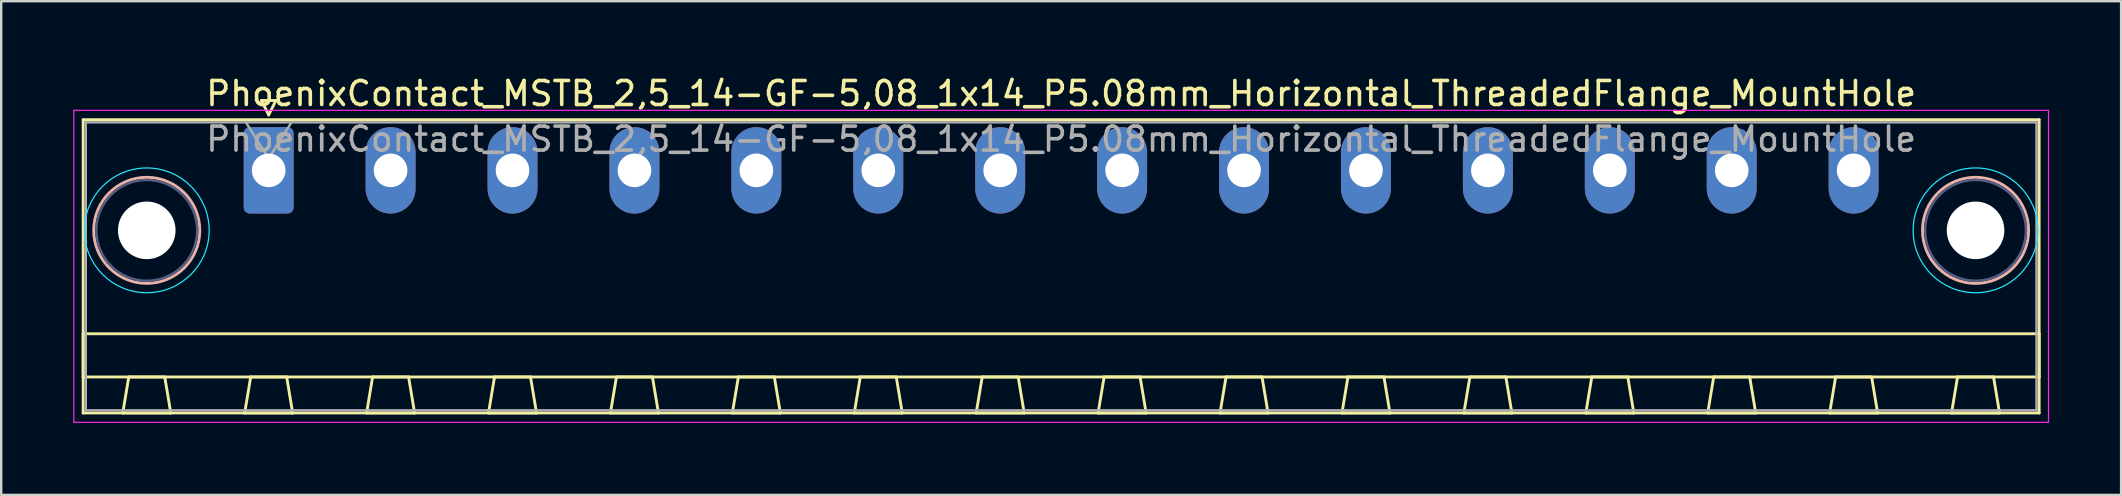
<source format=kicad_pcb>
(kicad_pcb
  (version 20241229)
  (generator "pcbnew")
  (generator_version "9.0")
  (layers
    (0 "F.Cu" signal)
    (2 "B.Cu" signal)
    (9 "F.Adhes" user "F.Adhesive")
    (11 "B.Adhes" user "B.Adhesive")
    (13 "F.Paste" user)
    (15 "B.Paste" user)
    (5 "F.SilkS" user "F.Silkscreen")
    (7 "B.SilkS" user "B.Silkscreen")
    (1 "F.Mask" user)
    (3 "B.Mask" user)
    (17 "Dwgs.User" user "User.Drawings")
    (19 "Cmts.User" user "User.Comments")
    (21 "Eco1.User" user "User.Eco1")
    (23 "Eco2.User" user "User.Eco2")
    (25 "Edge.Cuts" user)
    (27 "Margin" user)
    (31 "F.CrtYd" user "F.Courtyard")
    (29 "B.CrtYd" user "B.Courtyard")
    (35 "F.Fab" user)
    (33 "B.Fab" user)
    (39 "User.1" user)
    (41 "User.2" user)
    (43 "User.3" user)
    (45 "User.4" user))
  (footprint "PhoenixContact_MSTB_2,5_14-GF-5,08_1x14_P5.08mm_Horizontal_ThreadedFlange_MountHole"
    (layer "F.Cu")
    (at 8.145 4.048)
    (property "Reference" "PhoenixContact_MSTB_2,5_14-GF-5,08_1x14_P5.08mm_Horizontal_ThreadedFlange_MountHole" (at 33.02 -3.2 0) (layer "F.SilkS") (effects (font (size 1 1) (thickness 0.15))))
    (attr through_hole)
    (fp_line (start -7.73 -2.11) (end -7.73 10.11) (stroke (width 0.12) (type solid)) (layer "F.SilkS"))
    (fp_line (start -7.73 6.81) (end 73.77 6.81) (stroke (width 0.12) (type solid)) (layer "F.SilkS"))
    (fp_line (start -7.73 8.61) (end -7.73 6.81) (stroke (width 0.12) (type solid)) (layer "F.SilkS"))
    (fp_line (start -7.73 10.11) (end 73.77 10.11) (stroke (width 0.12) (type solid)) (layer "F.SilkS"))
    (fp_line (start -6.08 10.11) (end -4.08 10.11) (stroke (width 0.12) (type solid)) (layer "F.SilkS"))
    (fp_line (start -5.83 8.61) (end -6.08 10.11) (stroke (width 0.12) (type solid)) (layer "F.SilkS"))
    (fp_line (start -4.33 8.61) (end -5.83 8.61) (stroke (width 0.12) (type solid)) (layer "F.SilkS"))
    (fp_line (start -4.08 10.11) (end -4.33 8.61) (stroke (width 0.12) (type solid)) (layer "F.SilkS"))
    (fp_line (start -1 10.11) (end 1 10.11) (stroke (width 0.12) (type solid)) (layer "F.SilkS"))
    (fp_line (start -0.75 8.61) (end -1 10.11) (stroke (width 0.12) (type solid)) (layer "F.SilkS"))
    (fp_line (start -0.3 -2.91) (end 0.3 -2.91) (stroke (width 0.12) (type solid)) (layer "F.SilkS"))
    (fp_line (start 0 -2.31) (end -0.3 -2.91) (stroke (width 0.12) (type solid)) (layer "F.SilkS"))
    (fp_line (start 0.3 -2.91) (end 0 -2.31) (stroke (width 0.12) (type solid)) (layer "F.SilkS"))
    (fp_line (start 0.75 8.61) (end -0.75 8.61) (stroke (width 0.12) (type solid)) (layer "F.SilkS"))
    (fp_line (start 1 10.11) (end 0.75 8.61) (stroke (width 0.12) (type solid)) (layer "F.SilkS"))
    (fp_line (start 4.08 10.11) (end 6.08 10.11) (stroke (width 0.12) (type solid)) (layer "F.SilkS"))
    (fp_line (start 4.33 8.61) (end 4.08 10.11) (stroke (width 0.12) (type solid)) (layer "F.SilkS"))
    (fp_line (start 5.83 8.61) (end 4.33 8.61) (stroke (width 0.12) (type solid)) (layer "F.SilkS"))
    (fp_line (start 6.08 10.11) (end 5.83 8.61) (stroke (width 0.12) (type solid)) (layer "F.SilkS"))
    (fp_line (start 9.16 10.11) (end 11.16 10.11) (stroke (width 0.12) (type solid)) (layer "F.SilkS"))
    (fp_line (start 9.41 8.61) (end 9.16 10.11) (stroke (width 0.12) (type solid)) (layer "F.SilkS"))
    (fp_line (start 10.91 8.61) (end 9.41 8.61) (stroke (width 0.12) (type solid)) (layer "F.SilkS"))
    (fp_line (start 11.16 10.11) (end 10.91 8.61) (stroke (width 0.12) (type solid)) (layer "F.SilkS"))
    (fp_line (start 14.24 10.11) (end 16.24 10.11) (stroke (width 0.12) (type solid)) (layer "F.SilkS"))
    (fp_line (start 14.49 8.61) (end 14.24 10.11) (stroke (width 0.12) (type solid)) (layer "F.SilkS"))
    (fp_line (start 15.99 8.61) (end 14.49 8.61) (stroke (width 0.12) (type solid)) (layer "F.SilkS"))
    (fp_line (start 16.24 10.11) (end 15.99 8.61) (stroke (width 0.12) (type solid)) (layer "F.SilkS"))
    (fp_line (start 19.32 10.11) (end 21.32 10.11) (stroke (width 0.12) (type solid)) (layer "F.SilkS"))
    (fp_line (start 19.57 8.61) (end 19.32 10.11) (stroke (width 0.12) (type solid)) (layer "F.SilkS"))
    (fp_line (start 21.07 8.61) (end 19.57 8.61) (stroke (width 0.12) (type solid)) (layer "F.SilkS"))
    (fp_line (start 21.32 10.11) (end 21.07 8.61) (stroke (width 0.12) (type solid)) (layer "F.SilkS"))
    (fp_line (start 24.4 10.11) (end 26.4 10.11) (stroke (width 0.12) (type solid)) (layer "F.SilkS"))
    (fp_line (start 24.65 8.61) (end 24.4 10.11) (stroke (width 0.12) (type solid)) (layer "F.SilkS"))
    (fp_line (start 26.15 8.61) (end 24.65 8.61) (stroke (width 0.12) (type solid)) (layer "F.SilkS"))
    (fp_line (start 26.4 10.11) (end 26.15 8.61) (stroke (width 0.12) (type solid)) (layer "F.SilkS"))
    (fp_line (start 29.48 10.11) (end 31.48 10.11) (stroke (width 0.12) (type solid)) (layer "F.SilkS"))
    (fp_line (start 29.73 8.61) (end 29.48 10.11) (stroke (width 0.12) (type solid)) (layer "F.SilkS"))
    (fp_line (start 31.23 8.61) (end 29.73 8.61) (stroke (width 0.12) (type solid)) (layer "F.SilkS"))
    (fp_line (start 31.48 10.11) (end 31.23 8.61) (stroke (width 0.12) (type solid)) (layer "F.SilkS"))
    (fp_line (start 34.56 10.11) (end 36.56 10.11) (stroke (width 0.12) (type solid)) (layer "F.SilkS"))
    (fp_line (start 34.81 8.61) (end 34.56 10.11) (stroke (width 0.12) (type solid)) (layer "F.SilkS"))
    (fp_line (start 36.31 8.61) (end 34.81 8.61) (stroke (width 0.12) (type solid)) (layer "F.SilkS"))
    (fp_line (start 36.56 10.11) (end 36.31 8.61) (stroke (width 0.12) (type solid)) (layer "F.SilkS"))
    (fp_line (start 39.64 10.11) (end 41.64 10.11) (stroke (width 0.12) (type solid)) (layer "F.SilkS"))
    (fp_line (start 39.89 8.61) (end 39.64 10.11) (stroke (width 0.12) (type solid)) (layer "F.SilkS"))
    (fp_line (start 41.39 8.61) (end 39.89 8.61) (stroke (width 0.12) (type solid)) (layer "F.SilkS"))
    (fp_line (start 41.64 10.11) (end 41.39 8.61) (stroke (width 0.12) (type solid)) (layer "F.SilkS"))
    (fp_line (start 44.72 10.11) (end 46.72 10.11) (stroke (width 0.12) (type solid)) (layer "F.SilkS"))
    (fp_line (start 44.97 8.61) (end 44.72 10.11) (stroke (width 0.12) (type solid)) (layer "F.SilkS"))
    (fp_line (start 46.47 8.61) (end 44.97 8.61) (stroke (width 0.12) (type solid)) (layer "F.SilkS"))
    (fp_line (start 46.72 10.11) (end 46.47 8.61) (stroke (width 0.12) (type solid)) (layer "F.SilkS"))
    (fp_line (start 49.8 10.11) (end 51.8 10.11) (stroke (width 0.12) (type solid)) (layer "F.SilkS"))
    (fp_line (start 50.05 8.61) (end 49.8 10.11) (stroke (width 0.12) (type solid)) (layer "F.SilkS"))
    (fp_line (start 51.55 8.61) (end 50.05 8.61) (stroke (width 0.12) (type solid)) (layer "F.SilkS"))
    (fp_line (start 51.8 10.11) (end 51.55 8.61) (stroke (width 0.12) (type solid)) (layer "F.SilkS"))
    (fp_line (start 54.88 10.11) (end 56.88 10.11) (stroke (width 0.12) (type solid)) (layer "F.SilkS"))
    (fp_line (start 55.13 8.61) (end 54.88 10.11) (stroke (width 0.12) (type solid)) (layer "F.SilkS"))
    (fp_line (start 56.63 8.61) (end 55.13 8.61) (stroke (width 0.12) (type solid)) (layer "F.SilkS"))
    (fp_line (start 56.88 10.11) (end 56.63 8.61) (stroke (width 0.12) (type solid)) (layer "F.SilkS"))
    (fp_line (start 59.96 10.11) (end 61.96 10.11) (stroke (width 0.12) (type solid)) (layer "F.SilkS"))
    (fp_line (start 60.21 8.61) (end 59.96 10.11) (stroke (width 0.12) (type solid)) (layer "F.SilkS"))
    (fp_line (start 61.71 8.61) (end 60.21 8.61) (stroke (width 0.12) (type solid)) (layer "F.SilkS"))
    (fp_line (start 61.96 10.11) (end 61.71 8.61) (stroke (width 0.12) (type solid)) (layer "F.SilkS"))
    (fp_line (start 65.04 10.11) (end 67.04 10.11) (stroke (width 0.12) (type solid)) (layer "F.SilkS"))
    (fp_line (start 65.29 8.61) (end 65.04 10.11) (stroke (width 0.12) (type solid)) (layer "F.SilkS"))
    (fp_line (start 66.79 8.61) (end 65.29 8.61) (stroke (width 0.12) (type solid)) (layer "F.SilkS"))
    (fp_line (start 67.04 10.11) (end 66.79 8.61) (stroke (width 0.12) (type solid)) (layer "F.SilkS"))
    (fp_line (start 70.12 10.11) (end 72.12 10.11) (stroke (width 0.12) (type solid)) (layer "F.SilkS"))
    (fp_line (start 70.37 8.61) (end 70.12 10.11) (stroke (width 0.12) (type solid)) (layer "F.SilkS"))
    (fp_line (start 71.87 8.61) (end 70.37 8.61) (stroke (width 0.12) (type solid)) (layer "F.SilkS"))
    (fp_line (start 72.12 10.11) (end 71.87 8.61) (stroke (width 0.12) (type solid)) (layer "F.SilkS"))
    (fp_line (start 73.77 -2.11) (end -7.73 -2.11) (stroke (width 0.12) (type solid)) (layer "F.SilkS"))
    (fp_line (start 73.77 6.81) (end 73.77 8.61) (stroke (width 0.12) (type solid)) (layer "F.SilkS"))
    (fp_line (start 73.77 8.61) (end -7.73 8.61) (stroke (width 0.12) (type solid)) (layer "F.SilkS"))
    (fp_line (start 73.77 10.11) (end 73.77 -2.11) (stroke (width 0.12) (type solid)) (layer "F.SilkS"))
    (fp_circle (center -5.08 2.5) (end -2.87 2.5) (stroke (width 0.12) (type solid)) (fill no) (layer "B.SilkS"))
    (fp_circle (center 71.12 2.5) (end 73.33 2.5) (stroke (width 0.12) (type solid)) (fill no) (layer "B.SilkS"))
    (fp_circle (center -5.08 2.5) (end -2.48 2.5) (stroke (width 0.05) (type solid)) (fill no) (layer "B.CrtYd"))
    (fp_circle (center 71.12 2.5) (end 73.72 2.5) (stroke (width 0.05) (type solid)) (fill no) (layer "B.CrtYd"))
    (fp_line (start -8.12 -2.5) (end -8.12 10.5) (stroke (width 0.05) (type solid)) (layer "F.CrtYd"))
    (fp_line (start -8.12 10.5) (end 74.16 10.5) (stroke (width 0.05) (type solid)) (layer "F.CrtYd"))
    (fp_line (start 74.16 -2.5) (end -8.12 -2.5) (stroke (width 0.05) (type solid)) (layer "F.CrtYd"))
    (fp_line (start 74.16 10.5) (end 74.16 -2.5) (stroke (width 0.05) (type solid)) (layer "F.CrtYd"))
    (fp_circle (center -5.08 2.5) (end -2.98 2.5) (stroke (width 0.1) (type solid)) (fill no) (layer "B.Fab"))
    (fp_circle (center 71.12 2.5) (end 73.22 2.5) (stroke (width 0.1) (type solid)) (fill no) (layer "B.Fab"))
    (fp_line (start -7.62 -2) (end -7.62 10) (stroke (width 0.1) (type solid)) (layer "F.Fab"))
    (fp_line (start -7.62 10) (end 73.66 10) (stroke (width 0.1) (type solid)) (layer "F.Fab"))
    (fp_line (start 0 -0.5) (end -0.95 -2) (stroke (width 0.1) (type solid)) (layer "F.Fab"))
    (fp_line (start 0.95 -2) (end 0 -0.5) (stroke (width 0.1) (type solid)) (layer "F.Fab"))
    (fp_line (start 73.66 -2) (end -7.62 -2) (stroke (width 0.1) (type solid)) (layer "F.Fab"))
    (fp_line (start 73.66 10) (end 73.66 -2) (stroke (width 0.1) (type solid)) (layer "F.Fab"))
    (fp_text user "${REFERENCE}" (at 33.02 -1.3 0) (layer "F.Fab") (effects (font (size 1 1) (thickness 0.15))))
    (pad "" np_thru_hole circle (at -5.08 2.5) (size 2.4 2.4) (drill 2.4) (layers "*.Cu" "*.Mask"))
    (pad "" np_thru_hole circle (at 71.12 2.5) (size 2.4 2.4) (drill 2.4) (layers "*.Cu" "*.Mask"))
    (pad "1" thru_hole roundrect (at 0 0) (size 2.08 3.6) (drill 1.4) (layers "*.Cu" "*.Mask") (roundrect_rratio 0.12))
    (pad "2" thru_hole oval (at 5.08 0) (size 2.08 3.6) (drill 1.4) (layers "*.Cu" "*.Mask"))
    (pad "3" thru_hole oval (at 10.16 0) (size 2.08 3.6) (drill 1.4) (layers "*.Cu" "*.Mask"))
    (pad "4" thru_hole oval (at 15.24 0) (size 2.08 3.6) (drill 1.4) (layers "*.Cu" "*.Mask"))
    (pad "5" thru_hole oval (at 20.32 0) (size 2.08 3.6) (drill 1.4) (layers "*.Cu" "*.Mask"))
    (pad "6" thru_hole oval (at 25.4 0) (size 2.08 3.6) (drill 1.4) (layers "*.Cu" "*.Mask"))
    (pad "7" thru_hole oval (at 30.48 0) (size 2.08 3.6) (drill 1.4) (layers "*.Cu" "*.Mask"))
    (pad "8" thru_hole oval (at 35.56 0) (size 2.08 3.6) (drill 1.4) (layers "*.Cu" "*.Mask"))
    (pad "9" thru_hole oval (at 40.64 0) (size 2.08 3.6) (drill 1.4) (layers "*.Cu" "*.Mask"))
    (pad "10" thru_hole oval (at 45.72 0) (size 2.08 3.6) (drill 1.4) (layers "*.Cu" "*.Mask"))
    (pad "11" thru_hole oval (at 50.8 0) (size 2.08 3.6) (drill 1.4) (layers "*.Cu" "*.Mask"))
    (pad "12" thru_hole oval (at 55.88 0) (size 2.08 3.6) (drill 1.4) (layers "*.Cu" "*.Mask"))
    (pad "13" thru_hole oval (at 60.96 0) (size 2.08 3.6) (drill 1.4) (layers "*.Cu" "*.Mask"))
    (pad "14" thru_hole oval (at 66.04 0) (size 2.08 3.6) (drill 1.4) (layers "*.Cu" "*.Mask")))
  (gr_rect
    (start -3 -3)
    (end 85.33 17.573)
    (stroke (width 0.1) (type default))
    (fill no)
    (layer "Edge.Cuts")))
</source>
